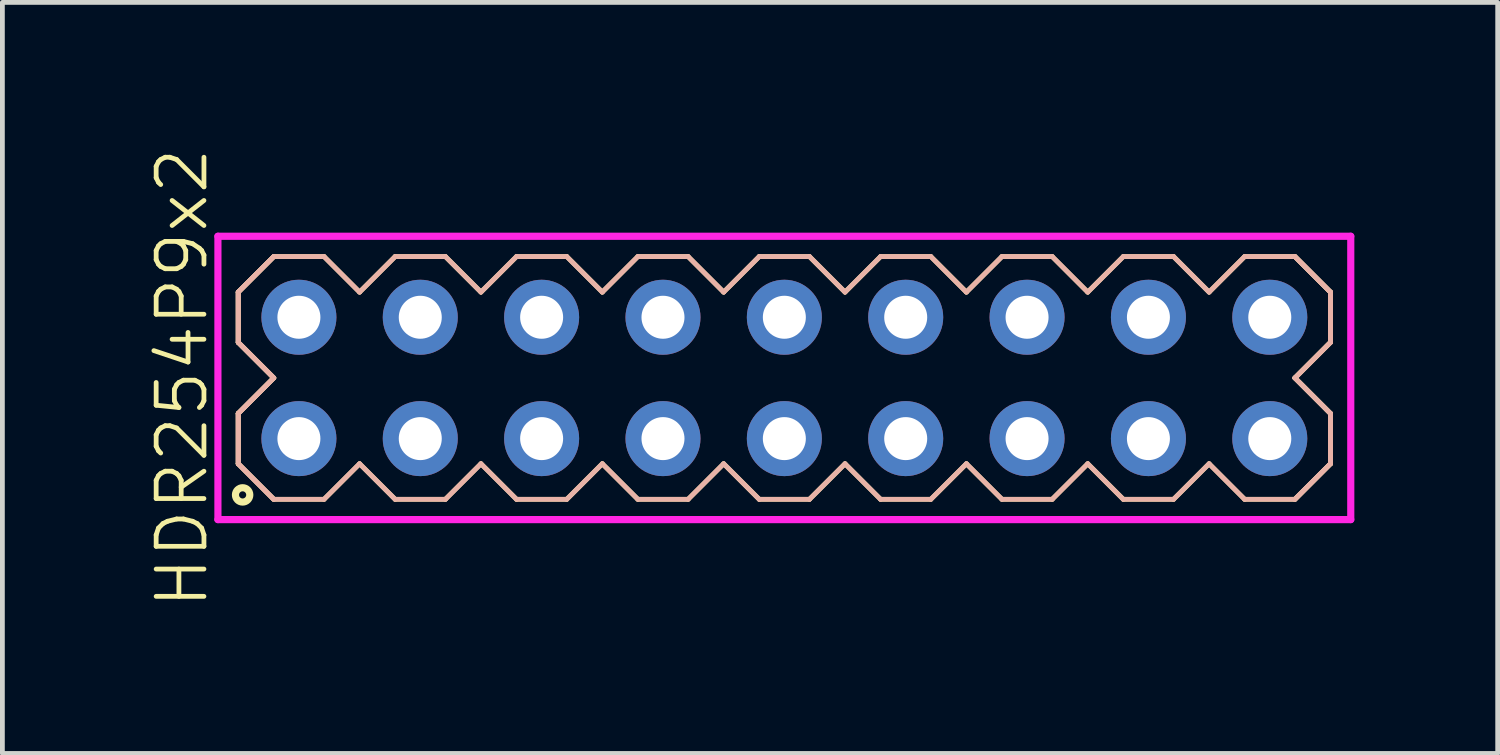
<source format=kicad_pcb>
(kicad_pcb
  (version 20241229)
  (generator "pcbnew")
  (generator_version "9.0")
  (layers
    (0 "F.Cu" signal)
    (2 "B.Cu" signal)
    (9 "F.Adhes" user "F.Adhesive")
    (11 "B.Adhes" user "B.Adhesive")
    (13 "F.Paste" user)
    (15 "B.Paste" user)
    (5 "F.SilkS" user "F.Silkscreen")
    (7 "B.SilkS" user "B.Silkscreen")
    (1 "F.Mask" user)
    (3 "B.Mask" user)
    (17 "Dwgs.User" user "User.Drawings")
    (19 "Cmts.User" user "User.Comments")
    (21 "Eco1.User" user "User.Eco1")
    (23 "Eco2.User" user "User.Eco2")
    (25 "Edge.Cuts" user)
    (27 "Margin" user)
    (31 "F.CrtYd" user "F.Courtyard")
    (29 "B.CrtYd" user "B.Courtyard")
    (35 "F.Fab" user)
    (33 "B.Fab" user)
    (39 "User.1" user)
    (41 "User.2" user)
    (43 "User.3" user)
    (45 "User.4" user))
  (footprint "HDR254P9x2"
    (layer "F.Cu")
    (at 13.366 4.86)
    (property "Reference" "HDR254P9x2" (at -12.605 0 90) (layer "F.SilkS") (effects (font (size 1 1) (thickness 0.1))))
    (attr through_hole)
    (fp_line (start -11.43 -1.796) (end -10.686 -2.54) (stroke (width 0.1) (type solid)) (layer "F.SilkS"))
    (fp_line (start -11.43 -1.796) (end -10.686 -2.54) (stroke (width 0.1) (type solid)) (layer "F.SilkS"))
    (fp_line (start -11.43 -0.744) (end -11.43 -1.796) (stroke (width 0.1) (type solid)) (layer "F.SilkS"))
    (fp_line (start -11.43 -0.744) (end -11.43 -1.796) (stroke (width 0.1) (type solid)) (layer "F.SilkS"))
    (fp_line (start -11.43 0.744) (end -10.686 0) (stroke (width 0.1) (type solid)) (layer "F.SilkS"))
    (fp_line (start -11.43 0.744) (end -10.686 0) (stroke (width 0.1) (type solid)) (layer "F.SilkS"))
    (fp_line (start -11.43 1.796) (end -11.43 0.744) (stroke (width 0.1) (type solid)) (layer "F.SilkS"))
    (fp_line (start -11.43 1.796) (end -11.43 0.744) (stroke (width 0.1) (type solid)) (layer "F.SilkS"))
    (fp_line (start -10.686 -2.54) (end -9.634 -2.54) (stroke (width 0.1) (type solid)) (layer "F.SilkS"))
    (fp_line (start -10.686 0) (end -11.43 -0.744) (stroke (width 0.1) (type solid)) (layer "F.SilkS"))
    (fp_line (start -10.686 0) (end -11.43 -0.744) (stroke (width 0.1) (type solid)) (layer "F.SilkS"))
    (fp_line (start -10.686 2.54) (end -11.43 1.796) (stroke (width 0.1) (type solid)) (layer "F.SilkS"))
    (fp_line (start -10.686 2.54) (end -11.43 1.796) (stroke (width 0.1) (type solid)) (layer "F.SilkS"))
    (fp_line (start -9.634 -2.54) (end -8.89 -1.796) (stroke (width 0.1) (type solid)) (layer "F.SilkS"))
    (fp_line (start -9.634 2.54) (end -10.686 2.54) (stroke (width 0.1) (type solid)) (layer "F.SilkS"))
    (fp_line (start -8.89 -1.796) (end -8.146 -2.54) (stroke (width 0.1) (type solid)) (layer "F.SilkS"))
    (fp_line (start -8.89 1.796) (end -9.634 2.54) (stroke (width 0.1) (type solid)) (layer "F.SilkS"))
    (fp_line (start -8.146 -2.54) (end -7.094 -2.54) (stroke (width 0.1) (type solid)) (layer "F.SilkS"))
    (fp_line (start -8.146 2.54) (end -8.89 1.796) (stroke (width 0.1) (type solid)) (layer "F.SilkS"))
    (fp_line (start -7.094 -2.54) (end -6.35 -1.796) (stroke (width 0.1) (type solid)) (layer "F.SilkS"))
    (fp_line (start -7.094 2.54) (end -8.146 2.54) (stroke (width 0.1) (type solid)) (layer "F.SilkS"))
    (fp_line (start -6.35 -1.796) (end -5.606 -2.54) (stroke (width 0.1) (type solid)) (layer "F.SilkS"))
    (fp_line (start -6.35 1.796) (end -7.094 2.54) (stroke (width 0.1) (type solid)) (layer "F.SilkS"))
    (fp_line (start -5.606 -2.54) (end -4.554 -2.54) (stroke (width 0.1) (type solid)) (layer "F.SilkS"))
    (fp_line (start -5.606 2.54) (end -6.35 1.796) (stroke (width 0.1) (type solid)) (layer "F.SilkS"))
    (fp_line (start -4.554 -2.54) (end -3.81 -1.796) (stroke (width 0.1) (type solid)) (layer "F.SilkS"))
    (fp_line (start -4.554 2.54) (end -5.606 2.54) (stroke (width 0.1) (type solid)) (layer "F.SilkS"))
    (fp_line (start -3.81 -1.796) (end -3.066 -2.54) (stroke (width 0.1) (type solid)) (layer "F.SilkS"))
    (fp_line (start -3.81 1.796) (end -4.554 2.54) (stroke (width 0.1) (type solid)) (layer "F.SilkS"))
    (fp_line (start -3.066 -2.54) (end -2.014 -2.54) (stroke (width 0.1) (type solid)) (layer "F.SilkS"))
    (fp_line (start -3.066 2.54) (end -3.81 1.796) (stroke (width 0.1) (type solid)) (layer "F.SilkS"))
    (fp_line (start -2.014 -2.54) (end -1.27 -1.796) (stroke (width 0.1) (type solid)) (layer "F.SilkS"))
    (fp_line (start -2.014 2.54) (end -3.066 2.54) (stroke (width 0.1) (type solid)) (layer "F.SilkS"))
    (fp_line (start -1.27 -1.796) (end -0.526 -2.54) (stroke (width 0.1) (type solid)) (layer "F.SilkS"))
    (fp_line (start -1.27 1.796) (end -2.014 2.54) (stroke (width 0.1) (type solid)) (layer "F.SilkS"))
    (fp_line (start -0.526 -2.54) (end 0.526 -2.54) (stroke (width 0.1) (type solid)) (layer "F.SilkS"))
    (fp_line (start -0.526 2.54) (end -1.27 1.796) (stroke (width 0.1) (type solid)) (layer "F.SilkS"))
    (fp_line (start 0.526 -2.54) (end 1.27 -1.796) (stroke (width 0.1) (type solid)) (layer "F.SilkS"))
    (fp_line (start 0.526 2.54) (end -0.526 2.54) (stroke (width 0.1) (type solid)) (layer "F.SilkS"))
    (fp_line (start 1.27 -1.796) (end 2.014 -2.54) (stroke (width 0.1) (type solid)) (layer "F.SilkS"))
    (fp_line (start 1.27 1.796) (end 0.526 2.54) (stroke (width 0.1) (type solid)) (layer "F.SilkS"))
    (fp_line (start 2.014 -2.54) (end 3.066 -2.54) (stroke (width 0.1) (type solid)) (layer "F.SilkS"))
    (fp_line (start 2.014 2.54) (end 1.27 1.796) (stroke (width 0.1) (type solid)) (layer "F.SilkS"))
    (fp_line (start 3.066 -2.54) (end 3.81 -1.796) (stroke (width 0.1) (type solid)) (layer "F.SilkS"))
    (fp_line (start 3.066 2.54) (end 2.014 2.54) (stroke (width 0.1) (type solid)) (layer "F.SilkS"))
    (fp_line (start 3.81 -1.796) (end 4.554 -2.54) (stroke (width 0.1) (type solid)) (layer "F.SilkS"))
    (fp_line (start 3.81 1.796) (end 3.066 2.54) (stroke (width 0.1) (type solid)) (layer "F.SilkS"))
    (fp_line (start 4.554 -2.54) (end 5.606 -2.54) (stroke (width 0.1) (type solid)) (layer "F.SilkS"))
    (fp_line (start 4.554 2.54) (end 3.81 1.796) (stroke (width 0.1) (type solid)) (layer "F.SilkS"))
    (fp_line (start 5.606 -2.54) (end 6.35 -1.796) (stroke (width 0.1) (type solid)) (layer "F.SilkS"))
    (fp_line (start 5.606 2.54) (end 4.554 2.54) (stroke (width 0.1) (type solid)) (layer "F.SilkS"))
    (fp_line (start 6.35 -1.796) (end 7.094 -2.54) (stroke (width 0.1) (type solid)) (layer "F.SilkS"))
    (fp_line (start 6.35 1.796) (end 5.606 2.54) (stroke (width 0.1) (type solid)) (layer "F.SilkS"))
    (fp_line (start 7.094 -2.54) (end 8.146 -2.54) (stroke (width 0.1) (type solid)) (layer "F.SilkS"))
    (fp_line (start 7.094 2.54) (end 6.35 1.796) (stroke (width 0.1) (type solid)) (layer "F.SilkS"))
    (fp_line (start 8.146 -2.54) (end 8.89 -1.796) (stroke (width 0.1) (type solid)) (layer "F.SilkS"))
    (fp_line (start 8.146 2.54) (end 7.094 2.54) (stroke (width 0.1) (type solid)) (layer "F.SilkS"))
    (fp_line (start 8.89 -1.796) (end 9.634 -2.54) (stroke (width 0.1) (type solid)) (layer "F.SilkS"))
    (fp_line (start 8.89 1.796) (end 8.146 2.54) (stroke (width 0.1) (type solid)) (layer "F.SilkS"))
    (fp_line (start 9.634 -2.54) (end 10.686 -2.54) (stroke (width 0.1) (type solid)) (layer "F.SilkS"))
    (fp_line (start 9.634 2.54) (end 8.89 1.796) (stroke (width 0.1) (type solid)) (layer "F.SilkS"))
    (fp_line (start 10.686 -2.54) (end 11.43 -1.796) (stroke (width 0.1) (type solid)) (layer "F.SilkS"))
    (fp_line (start 10.686 -2.54) (end 11.43 -1.796) (stroke (width 0.1) (type solid)) (layer "F.SilkS"))
    (fp_line (start 10.686 0) (end 11.43 0.744) (stroke (width 0.1) (type solid)) (layer "F.SilkS"))
    (fp_line (start 10.686 0) (end 11.43 0.744) (stroke (width 0.1) (type solid)) (layer "F.SilkS"))
    (fp_line (start 10.686 2.54) (end 9.634 2.54) (stroke (width 0.1) (type solid)) (layer "F.SilkS"))
    (fp_line (start 11.43 -1.796) (end 11.43 -0.744) (stroke (width 0.1) (type solid)) (layer "F.SilkS"))
    (fp_line (start 11.43 -1.796) (end 11.43 -0.744) (stroke (width 0.1) (type solid)) (layer "F.SilkS"))
    (fp_line (start 11.43 -0.744) (end 10.686 0) (stroke (width 0.1) (type solid)) (layer "F.SilkS"))
    (fp_line (start 11.43 -0.744) (end 10.686 0) (stroke (width 0.1) (type solid)) (layer "F.SilkS"))
    (fp_line (start 11.43 0.744) (end 11.43 1.796) (stroke (width 0.1) (type solid)) (layer "F.SilkS"))
    (fp_line (start 11.43 0.744) (end 11.43 1.796) (stroke (width 0.1) (type solid)) (layer "F.SilkS"))
    (fp_line (start 11.43 1.796) (end 10.686 2.54) (stroke (width 0.1) (type solid)) (layer "F.SilkS"))
    (fp_line (start 11.43 1.796) (end 10.686 2.54) (stroke (width 0.1) (type solid)) (layer "F.SilkS"))
    (fp_circle (center -11.338 2.448) (end -11.188 2.448) (stroke (width 0.15) (type solid)) (fill no) (layer "F.SilkS"))
    (fp_line (start -11.43 -1.796) (end -10.686 -2.54) (stroke (width 0.1) (type solid)) (layer "B.SilkS"))
    (fp_line (start -11.43 -1.796) (end -10.686 -2.54) (stroke (width 0.1) (type solid)) (layer "B.SilkS"))
    (fp_line (start -11.43 -0.744) (end -11.43 -1.796) (stroke (width 0.1) (type solid)) (layer "B.SilkS"))
    (fp_line (start -11.43 -0.744) (end -11.43 -1.796) (stroke (width 0.1) (type solid)) (layer "B.SilkS"))
    (fp_line (start -11.43 0.744) (end -10.686 0) (stroke (width 0.1) (type solid)) (layer "B.SilkS"))
    (fp_line (start -11.43 0.744) (end -10.686 0) (stroke (width 0.1) (type solid)) (layer "B.SilkS"))
    (fp_line (start -11.43 1.796) (end -11.43 0.744) (stroke (width 0.1) (type solid)) (layer "B.SilkS"))
    (fp_line (start -11.43 1.796) (end -11.43 0.744) (stroke (width 0.1) (type solid)) (layer "B.SilkS"))
    (fp_line (start -10.686 -2.54) (end -9.634 -2.54) (stroke (width 0.1) (type solid)) (layer "B.SilkS"))
    (fp_line (start -10.686 0) (end -11.43 -0.744) (stroke (width 0.1) (type solid)) (layer "B.SilkS"))
    (fp_line (start -10.686 0) (end -11.43 -0.744) (stroke (width 0.1) (type solid)) (layer "B.SilkS"))
    (fp_line (start -10.686 2.54) (end -11.43 1.796) (stroke (width 0.1) (type solid)) (layer "B.SilkS"))
    (fp_line (start -10.686 2.54) (end -11.43 1.796) (stroke (width 0.1) (type solid)) (layer "B.SilkS"))
    (fp_line (start -9.634 -2.54) (end -8.89 -1.796) (stroke (width 0.1) (type solid)) (layer "B.SilkS"))
    (fp_line (start -9.634 2.54) (end -10.686 2.54) (stroke (width 0.1) (type solid)) (layer "B.SilkS"))
    (fp_line (start -8.89 -1.796) (end -8.146 -2.54) (stroke (width 0.1) (type solid)) (layer "B.SilkS"))
    (fp_line (start -8.89 1.796) (end -9.634 2.54) (stroke (width 0.1) (type solid)) (layer "B.SilkS"))
    (fp_line (start -8.146 -2.54) (end -7.094 -2.54) (stroke (width 0.1) (type solid)) (layer "B.SilkS"))
    (fp_line (start -8.146 2.54) (end -8.89 1.796) (stroke (width 0.1) (type solid)) (layer "B.SilkS"))
    (fp_line (start -7.094 -2.54) (end -6.35 -1.796) (stroke (width 0.1) (type solid)) (layer "B.SilkS"))
    (fp_line (start -7.094 2.54) (end -8.146 2.54) (stroke (width 0.1) (type solid)) (layer "B.SilkS"))
    (fp_line (start -6.35 -1.796) (end -5.606 -2.54) (stroke (width 0.1) (type solid)) (layer "B.SilkS"))
    (fp_line (start -6.35 1.796) (end -7.094 2.54) (stroke (width 0.1) (type solid)) (layer "B.SilkS"))
    (fp_line (start -5.606 -2.54) (end -4.554 -2.54) (stroke (width 0.1) (type solid)) (layer "B.SilkS"))
    (fp_line (start -5.606 2.54) (end -6.35 1.796) (stroke (width 0.1) (type solid)) (layer "B.SilkS"))
    (fp_line (start -4.554 -2.54) (end -3.81 -1.796) (stroke (width 0.1) (type solid)) (layer "B.SilkS"))
    (fp_line (start -4.554 2.54) (end -5.606 2.54) (stroke (width 0.1) (type solid)) (layer "B.SilkS"))
    (fp_line (start -3.81 -1.796) (end -3.066 -2.54) (stroke (width 0.1) (type solid)) (layer "B.SilkS"))
    (fp_line (start -3.81 1.796) (end -4.554 2.54) (stroke (width 0.1) (type solid)) (layer "B.SilkS"))
    (fp_line (start -3.066 -2.54) (end -2.014 -2.54) (stroke (width 0.1) (type solid)) (layer "B.SilkS"))
    (fp_line (start -3.066 2.54) (end -3.81 1.796) (stroke (width 0.1) (type solid)) (layer "B.SilkS"))
    (fp_line (start -2.014 -2.54) (end -1.27 -1.796) (stroke (width 0.1) (type solid)) (layer "B.SilkS"))
    (fp_line (start -2.014 2.54) (end -3.066 2.54) (stroke (width 0.1) (type solid)) (layer "B.SilkS"))
    (fp_line (start -1.27 -1.796) (end -0.526 -2.54) (stroke (width 0.1) (type solid)) (layer "B.SilkS"))
    (fp_line (start -1.27 1.796) (end -2.014 2.54) (stroke (width 0.1) (type solid)) (layer "B.SilkS"))
    (fp_line (start -0.526 -2.54) (end 0.526 -2.54) (stroke (width 0.1) (type solid)) (layer "B.SilkS"))
    (fp_line (start -0.526 2.54) (end -1.27 1.796) (stroke (width 0.1) (type solid)) (layer "B.SilkS"))
    (fp_line (start 0.526 -2.54) (end 1.27 -1.796) (stroke (width 0.1) (type solid)) (layer "B.SilkS"))
    (fp_line (start 0.526 2.54) (end -0.526 2.54) (stroke (width 0.1) (type solid)) (layer "B.SilkS"))
    (fp_line (start 1.27 -1.796) (end 2.014 -2.54) (stroke (width 0.1) (type solid)) (layer "B.SilkS"))
    (fp_line (start 1.27 1.796) (end 0.526 2.54) (stroke (width 0.1) (type solid)) (layer "B.SilkS"))
    (fp_line (start 2.014 -2.54) (end 3.066 -2.54) (stroke (width 0.1) (type solid)) (layer "B.SilkS"))
    (fp_line (start 2.014 2.54) (end 1.27 1.796) (stroke (width 0.1) (type solid)) (layer "B.SilkS"))
    (fp_line (start 3.066 -2.54) (end 3.81 -1.796) (stroke (width 0.1) (type solid)) (layer "B.SilkS"))
    (fp_line (start 3.066 2.54) (end 2.014 2.54) (stroke (width 0.1) (type solid)) (layer "B.SilkS"))
    (fp_line (start 3.81 -1.796) (end 4.554 -2.54) (stroke (width 0.1) (type solid)) (layer "B.SilkS"))
    (fp_line (start 3.81 1.796) (end 3.066 2.54) (stroke (width 0.1) (type solid)) (layer "B.SilkS"))
    (fp_line (start 4.554 -2.54) (end 5.606 -2.54) (stroke (width 0.1) (type solid)) (layer "B.SilkS"))
    (fp_line (start 4.554 2.54) (end 3.81 1.796) (stroke (width 0.1) (type solid)) (layer "B.SilkS"))
    (fp_line (start 5.606 -2.54) (end 6.35 -1.796) (stroke (width 0.1) (type solid)) (layer "B.SilkS"))
    (fp_line (start 5.606 2.54) (end 4.554 2.54) (stroke (width 0.1) (type solid)) (layer "B.SilkS"))
    (fp_line (start 6.35 -1.796) (end 7.094 -2.54) (stroke (width 0.1) (type solid)) (layer "B.SilkS"))
    (fp_line (start 6.35 1.796) (end 5.606 2.54) (stroke (width 0.1) (type solid)) (layer "B.SilkS"))
    (fp_line (start 7.094 -2.54) (end 8.146 -2.54) (stroke (width 0.1) (type solid)) (layer "B.SilkS"))
    (fp_line (start 7.094 2.54) (end 6.35 1.796) (stroke (width 0.1) (type solid)) (layer "B.SilkS"))
    (fp_line (start 8.146 -2.54) (end 8.89 -1.796) (stroke (width 0.1) (type solid)) (layer "B.SilkS"))
    (fp_line (start 8.146 2.54) (end 7.094 2.54) (stroke (width 0.1) (type solid)) (layer "B.SilkS"))
    (fp_line (start 8.89 -1.796) (end 9.634 -2.54) (stroke (width 0.1) (type solid)) (layer "B.SilkS"))
    (fp_line (start 8.89 1.796) (end 8.146 2.54) (stroke (width 0.1) (type solid)) (layer "B.SilkS"))
    (fp_line (start 9.634 -2.54) (end 10.686 -2.54) (stroke (width 0.1) (type solid)) (layer "B.SilkS"))
    (fp_line (start 9.634 2.54) (end 8.89 1.796) (stroke (width 0.1) (type solid)) (layer "B.SilkS"))
    (fp_line (start 10.686 -2.54) (end 11.43 -1.796) (stroke (width 0.1) (type solid)) (layer "B.SilkS"))
    (fp_line (start 10.686 -2.54) (end 11.43 -1.796) (stroke (width 0.1) (type solid)) (layer "B.SilkS"))
    (fp_line (start 10.686 0) (end 11.43 0.744) (stroke (width 0.1) (type solid)) (layer "B.SilkS"))
    (fp_line (start 10.686 0) (end 11.43 0.744) (stroke (width 0.1) (type solid)) (layer "B.SilkS"))
    (fp_line (start 10.686 2.54) (end 9.634 2.54) (stroke (width 0.1) (type solid)) (layer "B.SilkS"))
    (fp_line (start 11.43 -1.796) (end 11.43 -0.744) (stroke (width 0.1) (type solid)) (layer "B.SilkS"))
    (fp_line (start 11.43 -1.796) (end 11.43 -0.744) (stroke (width 0.1) (type solid)) (layer "B.SilkS"))
    (fp_line (start 11.43 -0.744) (end 10.686 0) (stroke (width 0.1) (type solid)) (layer "B.SilkS"))
    (fp_line (start 11.43 -0.744) (end 10.686 0) (stroke (width 0.1) (type solid)) (layer "B.SilkS"))
    (fp_line (start 11.43 0.744) (end 11.43 1.796) (stroke (width 0.1) (type solid)) (layer "B.SilkS"))
    (fp_line (start 11.43 0.744) (end 11.43 1.796) (stroke (width 0.1) (type solid)) (layer "B.SilkS"))
    (fp_line (start 11.43 1.796) (end 10.686 2.54) (stroke (width 0.1) (type solid)) (layer "B.SilkS"))
    (fp_line (start 11.43 1.796) (end 10.686 2.54) (stroke (width 0.1) (type solid)) (layer "B.SilkS"))
    (fp_line (start -11.855 -2.965) (end -11.855 2.965) (stroke (width 0.15) (type solid)) (layer "F.CrtYd"))
    (fp_line (start -11.855 2.965) (end 11.855 2.965) (stroke (width 0.15) (type solid)) (layer "F.CrtYd"))
    (fp_line (start 11.855 -2.965) (end -11.855 -2.965) (stroke (width 0.15) (type solid)) (layer "F.CrtYd"))
    (fp_line (start 11.855 2.965) (end 11.855 -2.965) (stroke (width 0.15) (type solid)) (layer "F.CrtYd"))
    (pad "1" thru_hole oval (at -10.16 1.27) (size 1.57 1.57) (drill 0.9) (layers "*.Cu" "*.Mask"))
    (pad "2" thru_hole oval (at -10.16 -1.27) (size 1.57 1.57) (drill 0.9) (layers "*.Cu" "*.Mask"))
    (pad "3" thru_hole oval (at -7.62 1.27) (size 1.57 1.57) (drill 0.9) (layers "*.Cu" "*.Mask"))
    (pad "4" thru_hole oval (at -7.62 -1.27) (size 1.57 1.57) (drill 0.9) (layers "*.Cu" "*.Mask"))
    (pad "5" thru_hole oval (at -5.08 1.27) (size 1.57 1.57) (drill 0.9) (layers "*.Cu" "*.Mask"))
    (pad "6" thru_hole oval (at -5.08 -1.27) (size 1.57 1.57) (drill 0.9) (layers "*.Cu" "*.Mask"))
    (pad "7" thru_hole oval (at -2.54 1.27) (size 1.57 1.57) (drill 0.9) (layers "*.Cu" "*.Mask"))
    (pad "8" thru_hole oval (at -2.54 -1.27) (size 1.57 1.57) (drill 0.9) (layers "*.Cu" "*.Mask"))
    (pad "9" thru_hole oval (at 0 1.27) (size 1.57 1.57) (drill 0.9) (layers "*.Cu" "*.Mask"))
    (pad "10" thru_hole oval (at 0 -1.27) (size 1.57 1.57) (drill 0.9) (layers "*.Cu" "*.Mask"))
    (pad "11" thru_hole oval (at 2.54 1.27) (size 1.57 1.57) (drill 0.9) (layers "*.Cu" "*.Mask"))
    (pad "12" thru_hole oval (at 2.54 -1.27) (size 1.57 1.57) (drill 0.9) (layers "*.Cu" "*.Mask"))
    (pad "13" thru_hole oval (at 5.08 1.27) (size 1.57 1.57) (drill 0.9) (layers "*.Cu" "*.Mask"))
    (pad "14" thru_hole oval (at 5.08 -1.27) (size 1.57 1.57) (drill 0.9) (layers "*.Cu" "*.Mask"))
    (pad "15" thru_hole oval (at 7.62 1.27) (size 1.57 1.57) (drill 0.9) (layers "*.Cu" "*.Mask"))
    (pad "16" thru_hole oval (at 7.62 -1.27) (size 1.57 1.57) (drill 0.9) (layers "*.Cu" "*.Mask"))
    (pad "17" thru_hole oval (at 10.16 1.27) (size 1.57 1.57) (drill 0.9) (layers "*.Cu" "*.Mask"))
    (pad "18" thru_hole oval (at 10.16 -1.27) (size 1.57 1.57) (drill 0.9) (layers "*.Cu" "*.Mask")))
  (gr_rect
    (start -3 -3)
    (end 28.296 12.719)
    (stroke (width 0.1) (type default))
    (fill no)
    (layer "Edge.Cuts")))
</source>
